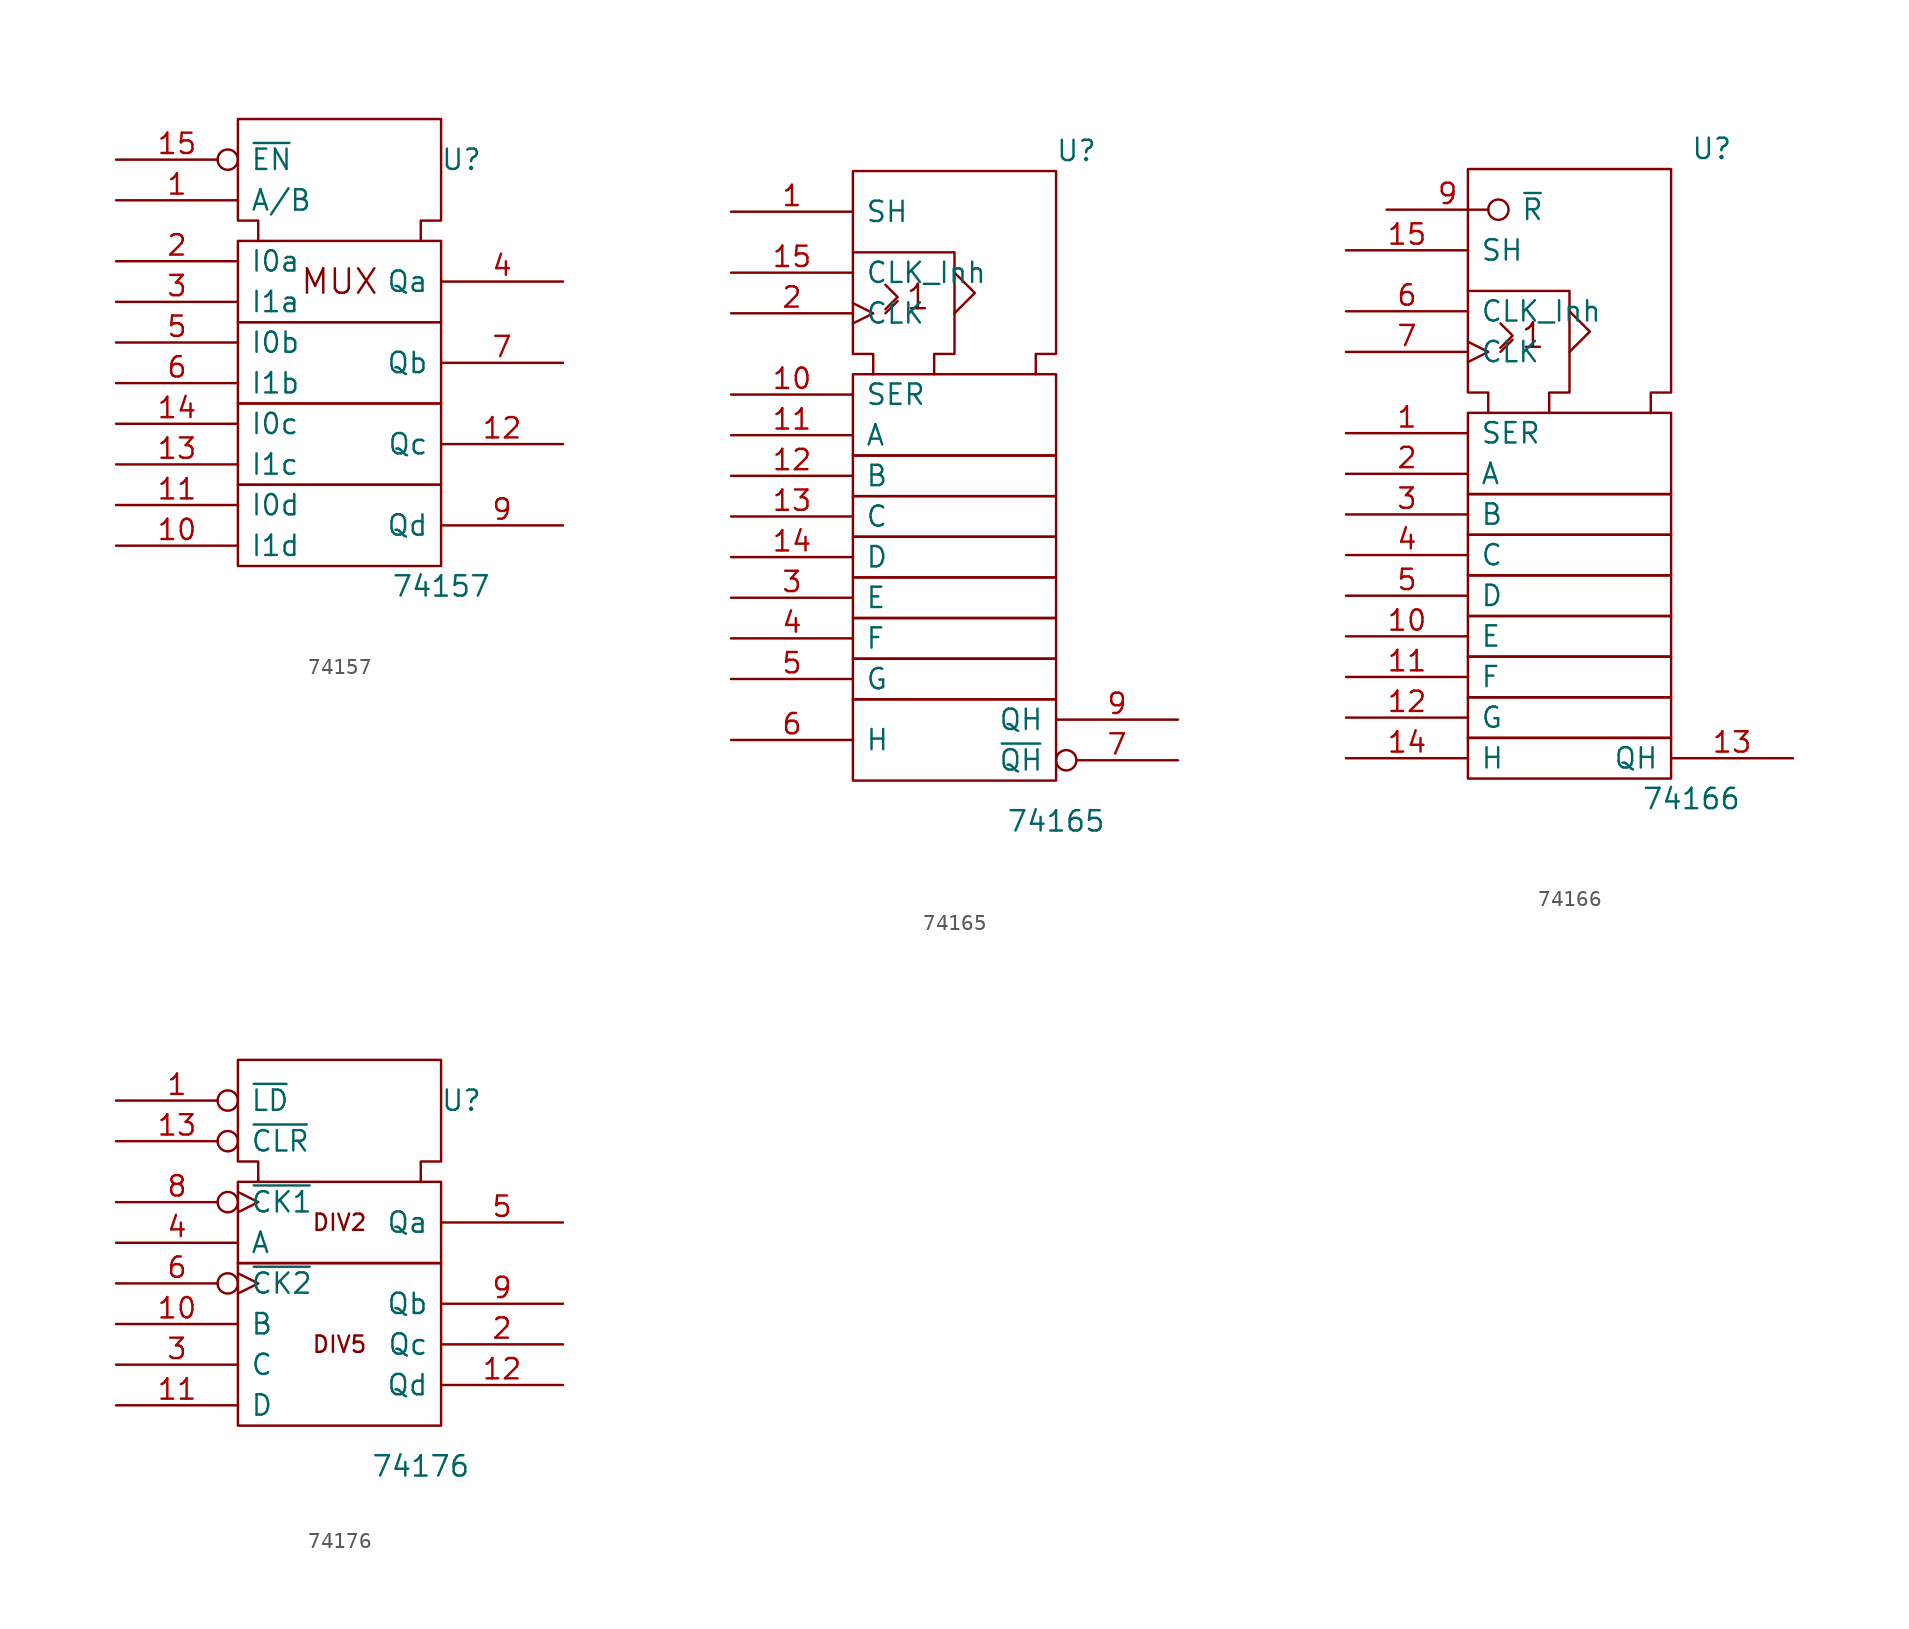
<source format=kicad_sym>
(kicad_symbol_lib
  (version 20201005)
  (generator kicad_symbol_editor)
  (symbol "74xx_IEEE:74157"
    (pin_names
      (offset 0.762))
    (property "Reference" "U"
      (at 7.62 10.16 0)
      (effects (font (size 1.27 1.27))))
    (property "Value" "74157"
      (at 6.35 -16.51 0)
      (effects (font (size 1.27 1.27))))
    (symbol "74157_0_0"
      (text "MUX" (at 0 2.54 0) (effects (font (size 1.524 1.524))))
      (rectangle (start -6.35 -10.16) (end 6.35 -15.24) (stroke (width 0)) (fill (type none)))
      (rectangle (start -6.35 -5.08) (end 6.35 -10.16) (stroke (width 0)) (fill (type none)))
      (rectangle (start -6.35 0) (end 6.35 -5.08) (stroke (width 0)) (fill (type none)))
      (rectangle (start -6.35 5.08) (end 6.35 0) (stroke (width 0)) (fill (type none)))
      (polyline (pts (xy -5.08 5.08) (xy -5.08 6.35) (xy -6.35 6.35) (xy -6.35 12.7) (xy 6.35 12.7) (xy 6.35 6.35) (xy 5.08 6.35) (xy 5.08 5.08) (xy 5.08 5.08)) (stroke (width 0)) (fill (type none)))
      (pin power_in line (at 3.81 12.7 270) (length 0) hide (name "VCC" (effects (font (size 1.27 1.27)))) (number "16" (effects (font (size 1.27 1.27)))))
      (pin power_in line (at 0 12.7 270) (length 0) hide (name "GND" (effects (font (size 1.27 1.27)))) (number "8" (effects (font (size 1.27 1.27))))))
    (symbol "74157_1_1"
      (pin input line (at -13.97 7.62 0) (length 7.62) (name "A/B" (effects (font (size 1.27 1.27)))) (number "1" (effects (font (size 1.27 1.27)))))
      (pin input line (at -13.97 -13.97 0) (length 7.62) (name "I1d" (effects (font (size 1.27 1.27)))) (number "10" (effects (font (size 1.27 1.27)))))
      (pin input line (at -13.97 -11.43 0) (length 7.62) (name "I0d" (effects (font (size 1.27 1.27)))) (number "11" (effects (font (size 1.27 1.27)))))
      (pin output line (at 13.97 -7.62 180) (length 7.62) (name "Qc" (effects (font (size 1.27 1.27)))) (number "12" (effects (font (size 1.27 1.27)))))
      (pin input line (at -13.97 -8.89 0) (length 7.62) (name "I1c" (effects (font (size 1.27 1.27)))) (number "13" (effects (font (size 1.27 1.27)))))
      (pin input line (at -13.97 -6.35 0) (length 7.62) (name "I0c" (effects (font (size 1.27 1.27)))) (number "14" (effects (font (size 1.27 1.27)))))
      (pin input inverted (at -13.97 10.16 0) (length 7.62) (name "~EN" (effects (font (size 1.27 1.27)))) (number "15" (effects (font (size 1.27 1.27)))))
      (pin input line (at -13.97 3.81 0) (length 7.62) (name "I0a" (effects (font (size 1.27 1.27)))) (number "2" (effects (font (size 1.27 1.27)))))
      (pin input line (at -13.97 1.27 0) (length 7.62) (name "I1a" (effects (font (size 1.27 1.27)))) (number "3" (effects (font (size 1.27 1.27)))))
      (pin output line (at 13.97 2.54 180) (length 7.62) (name "Qa" (effects (font (size 1.27 1.27)))) (number "4" (effects (font (size 1.27 1.27)))))
      (pin input line (at -13.97 -1.27 0) (length 7.62) (name "I0b" (effects (font (size 1.27 1.27)))) (number "5" (effects (font (size 1.27 1.27)))))
      (pin input line (at -13.97 -3.81 0) (length 7.62) (name "I1b" (effects (font (size 1.27 1.27)))) (number "6" (effects (font (size 1.27 1.27)))))
      (pin output line (at 13.97 -2.54 180) (length 7.62) (name "Qb" (effects (font (size 1.27 1.27)))) (number "7" (effects (font (size 1.27 1.27)))))
      (pin output line (at 13.97 -12.7 180) (length 7.62) (name "Qd" (effects (font (size 1.27 1.27)))) (number "9" (effects (font (size 1.27 1.27)))))))
  (symbol "74xx_IEEE:74165"
    (pin_names
      (offset 0.762))
    (property "Reference" "U"
      (at 7.62 15.24 0)
      (effects (font (size 1.27 1.27))))
    (property "Value" "74165"
      (at 6.35 -26.67 0)
      (effects (font (size 1.27 1.27))))
    (symbol "74165_0_0"
      (text "1" (at -2.286 6.096 0) (effects (font (size 1.524 1.524))))
      (rectangle (start -6.35 -19.05) (end -6.35 -19.05) (stroke (width 0)) (fill (type none)))
      (rectangle (start -6.35 -19.05) (end 6.35 -24.13) (stroke (width 0)) (fill (type none)))
      (rectangle (start -6.35 -16.51) (end 6.35 -19.05) (stroke (width 0)) (fill (type none)))
      (rectangle (start -6.35 -13.97) (end 6.35 -16.51) (stroke (width 0)) (fill (type none)))
      (rectangle (start -6.35 -11.43) (end 6.35 -13.97) (stroke (width 0)) (fill (type none)))
      (rectangle (start -6.35 -8.89) (end 6.35 -11.43) (stroke (width 0)) (fill (type none)))
      (rectangle (start -6.35 -6.35) (end 6.35 -8.89) (stroke (width 0)) (fill (type none)))
      (rectangle (start -6.35 -3.81) (end 6.35 -6.35) (stroke (width 0)) (fill (type none)))
      (rectangle (start -6.35 1.27) (end 6.35 -3.81) (stroke (width 0)) (fill (type none)))
      (polyline (pts (xy -4.318 5.08) (xy -3.556 5.842) (xy -3.556 5.842)) (stroke (width 0)) (fill (type none)))
      (polyline (pts (xy -4.318 6.858) (xy -3.556 6.096) (xy -4.318 5.334) (xy -4.318 5.334)) (stroke (width 0)) (fill (type none)))
      (polyline (pts (xy 0 7.62) (xy 1.27 6.35) (xy 0 5.08) (xy 0 5.08)) (stroke (width 0)) (fill (type none)))
      (polyline (pts (xy -6.35 8.89) (xy 0 8.89) (xy 0 2.54) (xy -1.27 2.54) (xy -1.27 1.27) (xy -1.27 1.27)) (stroke (width 0)) (fill (type none)))
      (polyline (pts (xy -5.08 1.27) (xy -5.08 2.54) (xy -6.35 2.54) (xy -6.35 13.97) (xy 6.35 13.97) (xy 6.35 2.54) (xy 5.08 2.54) (xy 5.08 1.27) (xy 5.08 1.27)) (stroke (width 0)) (fill (type none))))
    (symbol "74165_0_1"
      (pin power_in line (at 0 13.97 270) (length 0) hide (name "GND" (effects (font (size 1.27 1.27)))) (number "8" (effects (font (size 1.27 1.27))))))
    (symbol "74165_1_1"
      (pin input line (at -13.97 11.43 0) (length 7.62) (name "SH" (effects (font (size 1.27 1.27)))) (number "1" (effects (font (size 1.27 1.27)))))
      (pin input line (at -13.97 0 0) (length 7.62) (name "SER" (effects (font (size 1.27 1.27)))) (number "10" (effects (font (size 1.27 1.27)))))
      (pin input line (at -13.97 -2.54 0) (length 7.62) (name "A" (effects (font (size 1.27 1.27)))) (number "11" (effects (font (size 1.27 1.27)))))
      (pin input line (at -13.97 -5.08 0) (length 7.62) (name "B" (effects (font (size 1.27 1.27)))) (number "12" (effects (font (size 1.27 1.27)))))
      (pin input line (at -13.97 -7.62 0) (length 7.62) (name "C" (effects (font (size 1.27 1.27)))) (number "13" (effects (font (size 1.27 1.27)))))
      (pin input line (at -13.97 -10.16 0) (length 7.62) (name "D" (effects (font (size 1.27 1.27)))) (number "14" (effects (font (size 1.27 1.27)))))
      (pin input line (at -13.97 7.62 0) (length 7.62) (name "CLK_Inh" (effects (font (size 1.27 1.27)))) (number "15" (effects (font (size 1.27 1.27)))))
      (pin power_in line (at 5.08 13.97 270) (length 0) hide (name "VCC" (effects (font (size 1.27 1.27)))) (number "16" (effects (font (size 1.27 1.27)))))
      (pin input clock (at -13.97 5.08 0) (length 7.62) (name "CLK" (effects (font (size 1.27 1.27)))) (number "2" (effects (font (size 1.27 1.27)))))
      (pin input line (at -13.97 -12.7 0) (length 7.62) (name "E" (effects (font (size 1.27 1.27)))) (number "3" (effects (font (size 1.27 1.27)))))
      (pin input line (at -13.97 -15.24 0) (length 7.62) (name "F" (effects (font (size 1.27 1.27)))) (number "4" (effects (font (size 1.27 1.27)))))
      (pin input line (at -13.97 -17.78 0) (length 7.62) (name "G" (effects (font (size 1.27 1.27)))) (number "5" (effects (font (size 1.27 1.27)))))
      (pin input line (at -13.97 -21.59 0) (length 7.62) (name "H" (effects (font (size 1.27 1.27)))) (number "6" (effects (font (size 1.27 1.27)))))
      (pin output inverted (at 13.97 -22.86 180) (length 7.62) (name "~QH" (effects (font (size 1.27 1.27)))) (number "7" (effects (font (size 1.27 1.27)))))
      (pin tri_state line (at 13.97 -20.32 180) (length 7.62) (name "QH" (effects (font (size 1.27 1.27)))) (number "9" (effects (font (size 1.27 1.27)))))))
  (symbol "74xx_IEEE:74166"
    (pin_names
      (offset 0.762))
    (property "Reference" "U"
      (at 8.89 17.78 0)
      (effects (font (size 1.27 1.27))))
    (property "Value" "74166"
      (at 7.62 -22.86 0)
      (effects (font (size 1.27 1.27))))
    (symbol "74166_0_0"
      (text "1" (at -2.286 6.096 0) (effects (font (size 1.524 1.524))))
      (rectangle (start -6.35 -19.05) (end -6.35 -19.05) (stroke (width 0)) (fill (type none)))
      (rectangle (start -6.35 -19.05) (end 6.35 -21.59) (stroke (width 0)) (fill (type none)))
      (rectangle (start -6.35 -16.51) (end 6.35 -19.05) (stroke (width 0)) (fill (type none)))
      (rectangle (start -6.35 -13.97) (end 6.35 -16.51) (stroke (width 0)) (fill (type none)))
      (rectangle (start -6.35 -11.43) (end 6.35 -13.97) (stroke (width 0)) (fill (type none)))
      (rectangle (start -6.35 -8.89) (end 6.35 -11.43) (stroke (width 0)) (fill (type none)))
      (rectangle (start -6.35 -6.35) (end 6.35 -8.89) (stroke (width 0)) (fill (type none)))
      (rectangle (start -6.35 -3.81) (end 6.35 -6.35) (stroke (width 0)) (fill (type none)))
      (rectangle (start -6.35 1.27) (end 6.35 -3.81) (stroke (width 0)) (fill (type none)))
      (polyline (pts (xy -4.318 5.08) (xy -3.556 5.842) (xy -3.556 5.842)) (stroke (width 0)) (fill (type none)))
      (polyline (pts (xy -4.318 6.858) (xy -3.556 6.096) (xy -4.318 5.334) (xy -4.318 5.334)) (stroke (width 0)) (fill (type none)))
      (polyline (pts (xy 0 7.62) (xy 1.27 6.35) (xy 0 5.08) (xy 0 5.08)) (stroke (width 0)) (fill (type none)))
      (polyline (pts (xy -6.35 8.89) (xy 0 8.89) (xy 0 2.54) (xy -1.27 2.54) (xy -1.27 1.27) (xy -1.27 1.27)) (stroke (width 0)) (fill (type none)))
      (polyline (pts (xy -5.08 1.27) (xy -5.08 2.54) (xy -6.35 2.54) (xy -6.35 16.51) (xy 6.35 16.51) (xy 6.35 2.54) (xy 5.08 2.54) (xy 5.08 1.27) (xy 5.08 1.27)) (stroke (width 0)) (fill (type none))))
    (symbol "74166_0_1"
      (pin power_in line (at 1.27 16.51 270) (length 0) hide (name "GND" (effects (font (size 1.27 1.27)))) (number "8" (effects (font (size 1.27 1.27))))))
    (symbol "74166_1_1"
      (pin input line (at -13.97 0 0) (length 7.62) (name "SER" (effects (font (size 1.27 1.27)))) (number "1" (effects (font (size 1.27 1.27)))))
      (pin input line (at -13.97 -12.7 0) (length 7.62) (name "E" (effects (font (size 1.27 1.27)))) (number "10" (effects (font (size 1.27 1.27)))))
      (pin input line (at -13.97 -15.24 0) (length 7.62) (name "F" (effects (font (size 1.27 1.27)))) (number "11" (effects (font (size 1.27 1.27)))))
      (pin input line (at -13.97 -17.78 0) (length 7.62) (name "G" (effects (font (size 1.27 1.27)))) (number "12" (effects (font (size 1.27 1.27)))))
      (pin tri_state line (at 13.97 -20.32 180) (length 7.62) (name "QH" (effects (font (size 1.27 1.27)))) (number "13" (effects (font (size 1.27 1.27)))))
      (pin input line (at -13.97 -20.32 0) (length 7.62) (name "H" (effects (font (size 1.27 1.27)))) (number "14" (effects (font (size 1.27 1.27)))))
      (pin input line (at -13.97 11.43 0) (length 7.62) (name "SH" (effects (font (size 1.27 1.27)))) (number "15" (effects (font (size 1.27 1.27)))))
      (pin power_in line (at 5.08 16.51 270) (length 0) hide (name "VCC" (effects (font (size 1.27 1.27)))) (number "16" (effects (font (size 1.27 1.27)))))
      (pin input line (at -13.97 -2.54 0) (length 7.62) (name "A" (effects (font (size 1.27 1.27)))) (number "2" (effects (font (size 1.27 1.27)))))
      (pin input line (at -13.97 -5.08 0) (length 7.62) (name "B" (effects (font (size 1.27 1.27)))) (number "3" (effects (font (size 1.27 1.27)))))
      (pin input line (at -13.97 -7.62 0) (length 7.62) (name "C" (effects (font (size 1.27 1.27)))) (number "4" (effects (font (size 1.27 1.27)))))
      (pin input line (at -13.97 -10.16 0) (length 7.62) (name "D" (effects (font (size 1.27 1.27)))) (number "5" (effects (font (size 1.27 1.27)))))
      (pin input line (at -13.97 7.62 0) (length 7.62) (name "CLK_Inh" (effects (font (size 1.27 1.27)))) (number "6" (effects (font (size 1.27 1.27)))))
      (pin input clock (at -13.97 5.08 0) (length 7.62) (name "CLK" (effects (font (size 1.27 1.27)))) (number "7" (effects (font (size 1.27 1.27)))))
      (pin input inverted (at -11.43 13.97 0) (length 7.62) (name "~R" (effects (font (size 1.27 1.27)))) (number "9" (effects (font (size 1.27 1.27)))))))
  (symbol "74xx_IEEE:74176"
    (pin_names
      (offset 0.762))
    (property "Reference" "U"
      (at 7.62 6.35 0)
      (effects (font (size 1.27 1.27))))
    (property "Value" "74176"
      (at 5.08 -16.51 0)
      (effects (font (size 1.27 1.27))))
    (symbol "74176_0_0"
      (text "DIV2" (at 0 -1.27 0) (effects (font (size 1.016 1.016))))
      (text "DIV5" (at 0 -8.89 0) (effects (font (size 1.016 1.016))))
      (polyline (pts (xy -5.08 1.27) (xy -5.08 2.54) (xy -6.35 2.54) (xy -6.35 8.89) (xy 6.35 8.89) (xy 6.35 2.54) (xy 5.08 2.54) (xy 5.08 1.27) (xy 5.08 1.27)) (stroke (width 0)) (fill (type none))))
    (symbol "74176_0_1"
      (rectangle (start -6.35 -3.81) (end 6.35 -13.97) (stroke (width 0)) (fill (type none)))
      (rectangle (start -6.35 1.27) (end 6.35 -3.81) (stroke (width 0)) (fill (type none)))
      (pin power_in line (at 3.81 8.89 270) (length 0) hide (name "Vcc" (effects (font (size 1.27 1.27)))) (number "14" (effects (font (size 1.27 1.27)))))
      (pin power_in line (at 0 8.89 270) (length 0) hide (name "Gnd" (effects (font (size 1.27 1.27)))) (number "7" (effects (font (size 1.27 1.27))))))
    (symbol "74176_1_1"
      (pin input inverted (at -13.97 6.35 0) (length 7.62) (name "~LD" (effects (font (size 1.27 1.27)))) (number "1" (effects (font (size 1.27 1.27)))))
      (pin input line (at -13.97 -7.62 0) (length 7.62) (name "B" (effects (font (size 1.27 1.27)))) (number "10" (effects (font (size 1.27 1.27)))))
      (pin input line (at -13.97 -12.7 0) (length 7.62) (name "D" (effects (font (size 1.27 1.27)))) (number "11" (effects (font (size 1.27 1.27)))))
      (pin output line (at 13.97 -11.43 180) (length 7.62) (name "Qd" (effects (font (size 1.27 1.27)))) (number "12" (effects (font (size 1.27 1.27)))))
      (pin input inverted (at -13.97 3.81 0) (length 7.62) (name "~CLR" (effects (font (size 1.27 1.27)))) (number "13" (effects (font (size 1.27 1.27)))))
      (pin output line (at 13.97 -8.89 180) (length 7.62) (name "Qc" (effects (font (size 1.27 1.27)))) (number "2" (effects (font (size 1.27 1.27)))))
      (pin input line (at -13.97 -10.16 0) (length 7.62) (name "C" (effects (font (size 1.27 1.27)))) (number "3" (effects (font (size 1.27 1.27)))))
      (pin input line (at -13.97 -2.54 0) (length 7.62) (name "A" (effects (font (size 1.27 1.27)))) (number "4" (effects (font (size 1.27 1.27)))))
      (pin output line (at 13.97 -1.27 180) (length 7.62) (name "Qa" (effects (font (size 1.27 1.27)))) (number "5" (effects (font (size 1.27 1.27)))))
      (pin input inverted_clock (at -13.97 -5.08 0) (length 7.62) (name "~CK2" (effects (font (size 1.27 1.27)))) (number "6" (effects (font (size 1.27 1.27)))))
      (pin input inverted_clock (at -13.97 0 0) (length 7.62) (name "~CK1" (effects (font (size 1.27 1.27)))) (number "8" (effects (font (size 1.27 1.27)))))
      (pin output line (at 13.97 -6.35 180) (length 7.62) (name "Qb" (effects (font (size 1.27 1.27)))) (number "9" (effects (font (size 1.27 1.27))))))))
</source>
